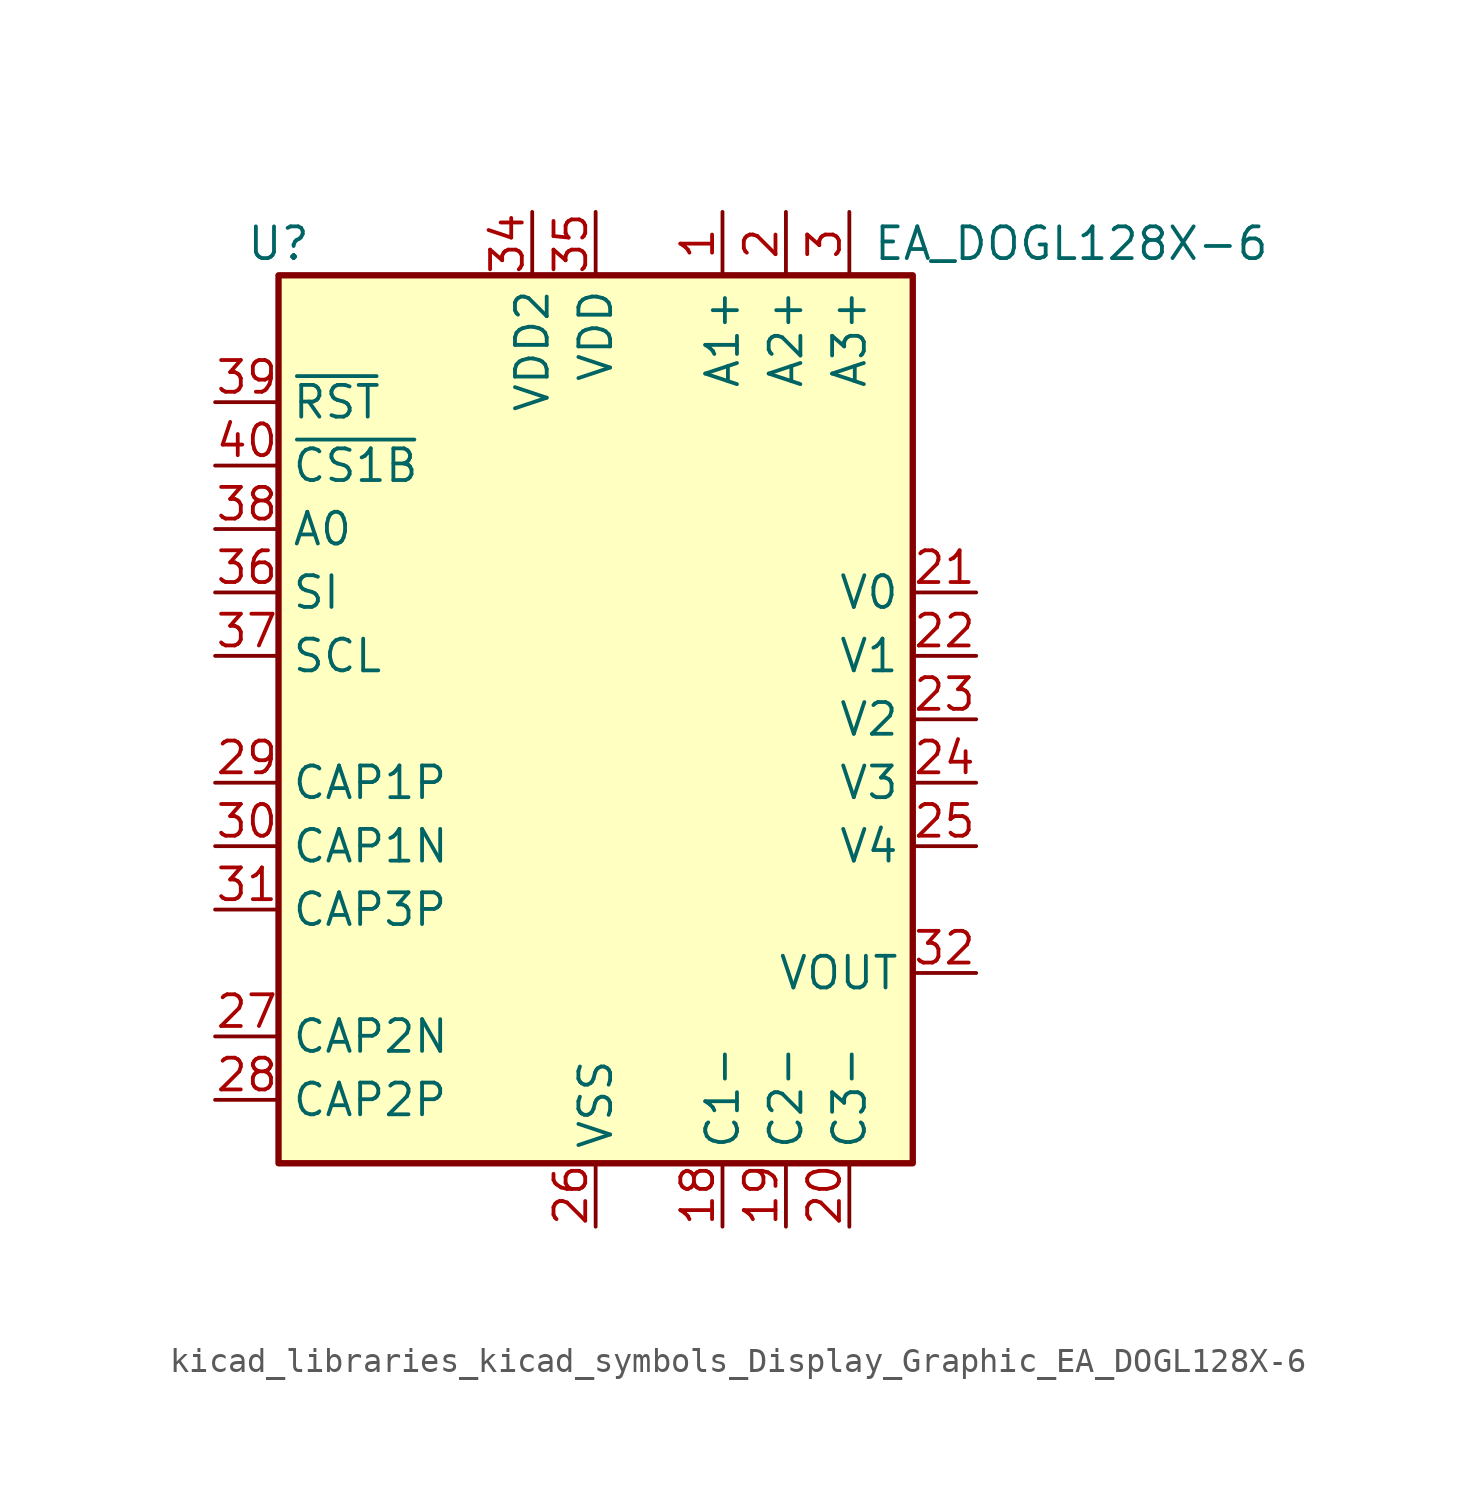
<source format=kicad_sym>
(kicad_symbol_lib
  (version 20220914)
  (generator kicad_symbol_editor)
  (symbol "kicad_libraries_kicad_symbols_Display_Graphic_EA_DOGL128X-6"
    (property "Reference" "U"
      (at -12.7 19.05 0)
      (effects (font (size 1.27 1.27))))
    (property "Value" "EA_DOGL128X-6"
      (at 19.05 19.05 0)
      (effects (font (size 1.27 1.27))))
    (symbol "kicad_libraries_kicad_symbols_Display_Graphic_EA_DOGL128X-6_1_1"
      (rectangle (start -12.7 17.78) (end 12.7 -17.78) (stroke (width 0.254) (type default)) (fill (type background)))
      (pin power_in line (at 5.08 20.32 270) (length 2.54) (name "A1+" (effects (font (size 1.27 1.27)))) (number "1" (effects (font (size 1.27 1.27)))))
      (pin power_in line (at 5.08 -20.32 90) (length 2.54) (name "C1-" (effects (font (size 1.27 1.27)))) (number "18" (effects (font (size 1.27 1.27)))))
      (pin power_in line (at 7.62 -20.32 90) (length 2.54) (name "C2-" (effects (font (size 1.27 1.27)))) (number "19" (effects (font (size 1.27 1.27)))))
      (pin power_in line (at 7.62 20.32 270) (length 2.54) (name "A2+" (effects (font (size 1.27 1.27)))) (number "2" (effects (font (size 1.27 1.27)))))
      (pin power_in line (at 10.16 -20.32 90) (length 2.54) (name "C3-" (effects (font (size 1.27 1.27)))) (number "20" (effects (font (size 1.27 1.27)))))
      (pin passive line (at 15.24 5.08 180) (length 2.54) (name "V0" (effects (font (size 1.27 1.27)))) (number "21" (effects (font (size 1.27 1.27)))))
      (pin passive line (at 15.24 2.54 180) (length 2.54) (name "V1" (effects (font (size 1.27 1.27)))) (number "22" (effects (font (size 1.27 1.27)))))
      (pin passive line (at 15.24 0 180) (length 2.54) (name "V2" (effects (font (size 1.27 1.27)))) (number "23" (effects (font (size 1.27 1.27)))))
      (pin passive line (at 15.24 -2.54 180) (length 2.54) (name "V3" (effects (font (size 1.27 1.27)))) (number "24" (effects (font (size 1.27 1.27)))))
      (pin passive line (at 15.24 -5.08 180) (length 2.54) (name "V4" (effects (font (size 1.27 1.27)))) (number "25" (effects (font (size 1.27 1.27)))))
      (pin power_in line (at 0 -20.32 90) (length 2.54) (name "VSS" (effects (font (size 1.27 1.27)))) (number "26" (effects (font (size 1.27 1.27)))))
      (pin passive line (at -15.24 -12.7 0) (length 2.54) (name "CAP2N" (effects (font (size 1.27 1.27)))) (number "27" (effects (font (size 1.27 1.27)))))
      (pin passive line (at -15.24 -15.24 0) (length 2.54) (name "CAP2P" (effects (font (size 1.27 1.27)))) (number "28" (effects (font (size 1.27 1.27)))))
      (pin passive line (at -15.24 -2.54 0) (length 2.54) (name "CAP1P" (effects (font (size 1.27 1.27)))) (number "29" (effects (font (size 1.27 1.27)))))
      (pin power_in line (at 10.16 20.32 270) (length 2.54) (name "A3+" (effects (font (size 1.27 1.27)))) (number "3" (effects (font (size 1.27 1.27)))))
      (pin passive line (at -15.24 -5.08 0) (length 2.54) (name "CAP1N" (effects (font (size 1.27 1.27)))) (number "30" (effects (font (size 1.27 1.27)))))
      (pin passive line (at -15.24 -7.62 0) (length 2.54) (name "CAP3P" (effects (font (size 1.27 1.27)))) (number "31" (effects (font (size 1.27 1.27)))))
      (pin output line (at 15.24 -10.16 180) (length 2.54) (name "VOUT" (effects (font (size 1.27 1.27)))) (number "32" (effects (font (size 1.27 1.27)))))
      (pin passive line (at 0 -20.32 90) (length 2.54) hide (name "VSS" (effects (font (size 1.27 1.27)))) (number "33" (effects (font (size 1.27 1.27)))))
      (pin power_in line (at -2.54 20.32 270) (length 2.54) (name "VDD2" (effects (font (size 1.27 1.27)))) (number "34" (effects (font (size 1.27 1.27)))))
      (pin power_in line (at 0 20.32 270) (length 2.54) (name "VDD" (effects (font (size 1.27 1.27)))) (number "35" (effects (font (size 1.27 1.27)))))
      (pin input line (at -15.24 5.08 0) (length 2.54) (name "SI" (effects (font (size 1.27 1.27)))) (number "36" (effects (font (size 1.27 1.27)))))
      (pin input line (at -15.24 2.54 0) (length 2.54) (name "SCL" (effects (font (size 1.27 1.27)))) (number "37" (effects (font (size 1.27 1.27)))))
      (pin input line (at -15.24 7.62 0) (length 2.54) (name "A0" (effects (font (size 1.27 1.27)))) (number "38" (effects (font (size 1.27 1.27)))))
      (pin input line (at -15.24 12.7 0) (length 2.54) (name "~{RST}" (effects (font (size 1.27 1.27)))) (number "39" (effects (font (size 1.27 1.27)))))
      (pin input line (at -15.24 10.16 0) (length 2.54) (name "~{CS1B}" (effects (font (size 1.27 1.27)))) (number "40" (effects (font (size 1.27 1.27))))))))
</source>
